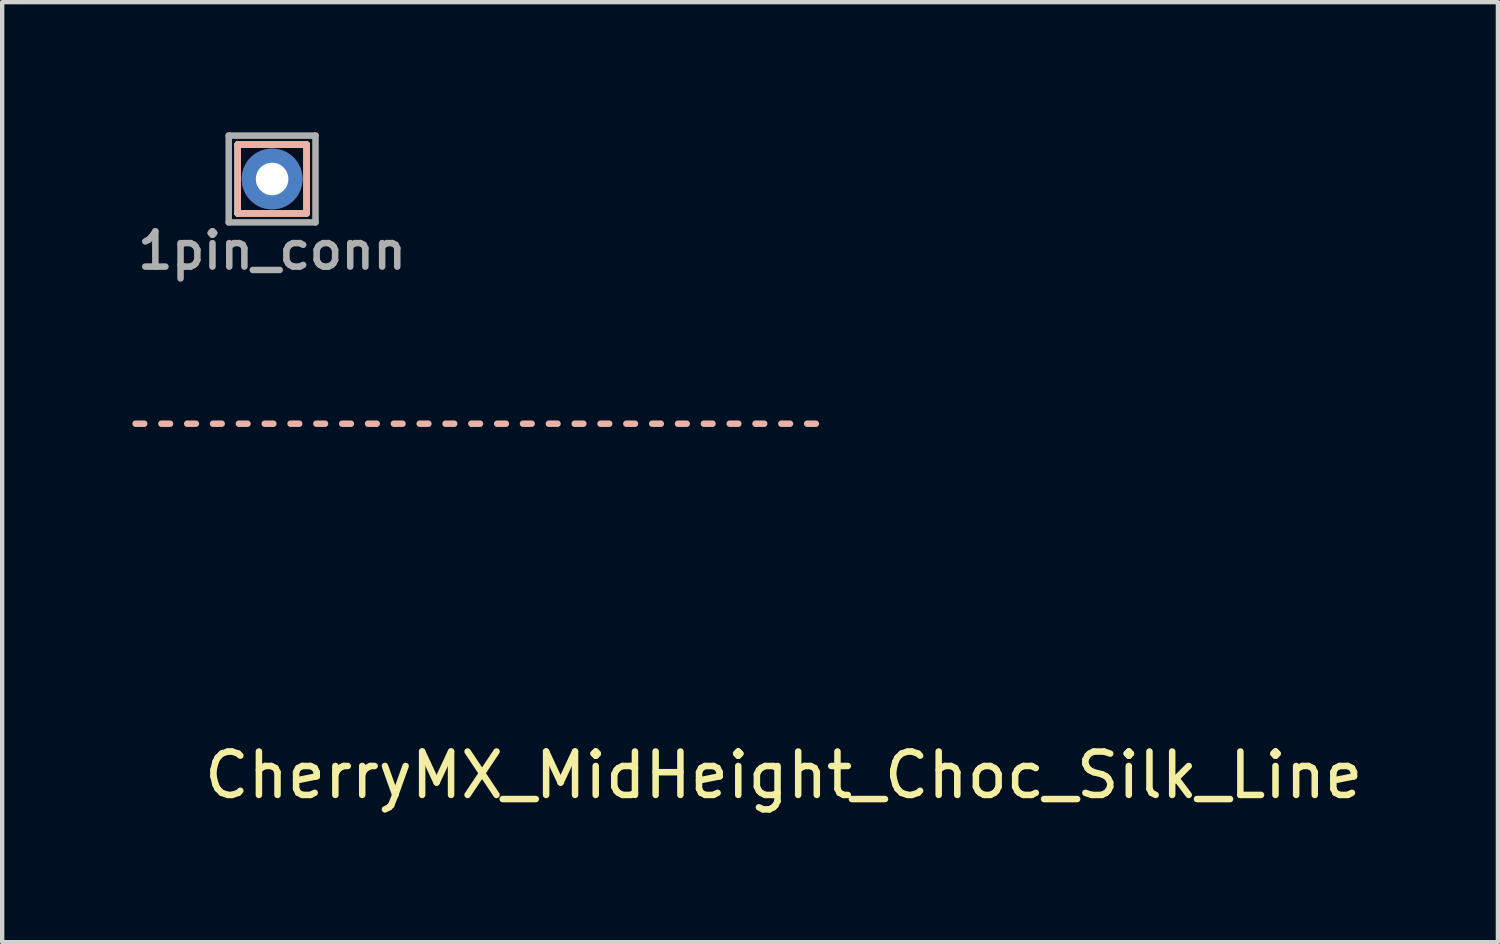
<source format=kicad_pcb>
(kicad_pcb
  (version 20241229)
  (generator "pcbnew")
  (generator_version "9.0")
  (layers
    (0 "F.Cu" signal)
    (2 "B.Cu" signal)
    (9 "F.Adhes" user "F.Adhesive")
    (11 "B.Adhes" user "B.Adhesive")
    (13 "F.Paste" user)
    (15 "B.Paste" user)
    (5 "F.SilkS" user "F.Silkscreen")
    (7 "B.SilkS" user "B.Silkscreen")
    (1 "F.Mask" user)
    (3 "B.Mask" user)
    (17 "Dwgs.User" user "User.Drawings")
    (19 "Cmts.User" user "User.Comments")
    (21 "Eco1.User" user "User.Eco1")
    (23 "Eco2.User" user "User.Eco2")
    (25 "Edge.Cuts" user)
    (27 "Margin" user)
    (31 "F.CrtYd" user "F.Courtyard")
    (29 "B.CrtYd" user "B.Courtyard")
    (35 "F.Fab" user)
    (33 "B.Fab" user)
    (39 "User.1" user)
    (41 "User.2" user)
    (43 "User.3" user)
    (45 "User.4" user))
  (footprint "1pin_conn"
    (layer "F.Cu")
    (at 3.221 1.075)
    (property "Reference" "1pin_conn" (at 0 1.651 0) (layer "F.Fab") (effects (font (size 0.813 0.813) (thickness 0.15))))
    (attr through_hole)
    (fp_line (start -0.794 -0.794) (end 0.794 -0.794) (stroke (width 0.15) (type solid)) (layer "F.SilkS"))
    (fp_line (start -0.794 0.794) (end -0.794 -0.794) (stroke (width 0.15) (type solid)) (layer "F.SilkS"))
    (fp_line (start 0.794 -0.794) (end 0.794 0.794) (stroke (width 0.15) (type solid)) (layer "F.SilkS"))
    (fp_line (start 0.794 0.794) (end -0.794 0.794) (stroke (width 0.15) (type solid)) (layer "F.SilkS"))
    (fp_line (start -0.794 -0.794) (end -0.794 0.794) (stroke (width 0.15) (type solid)) (layer "B.SilkS"))
    (fp_line (start -0.794 0.794) (end 0.794 0.794) (stroke (width 0.15) (type solid)) (layer "B.SilkS"))
    (fp_line (start 0.794 -0.794) (end -0.794 -0.794) (stroke (width 0.15) (type solid)) (layer "B.SilkS"))
    (fp_line (start 0.794 0.794) (end 0.794 -0.794) (stroke (width 0.15) (type solid)) (layer "B.SilkS"))
    (fp_line (start -1 -1) (end -1 1) (stroke (width 0.15) (type solid)) (layer "F.Fab"))
    (fp_line (start -1 1) (end 1 1) (stroke (width 0.15) (type solid)) (layer "F.Fab"))
    (fp_line (start 1 -1) (end -1 -1) (stroke (width 0.15) (type solid)) (layer "F.Fab"))
    (fp_line (start 1 1) (end 1 -1) (stroke (width 0.15) (type solid)) (layer "F.Fab"))
    (pad "1" thru_hole circle (at 0 0) (size 1.4 1.4) (drill 0.75) (layers "*.Cu" "*.Mask")))
  (footprint "CherryMX_MidHeight_Choc_Silk_Line"
    (layer "F.Cu")
    (at 8.012 6.715)
    (property "Reference" "CherryMX_MidHeight_Choc_Silk_Line" (at 7 8.1 0) (layer "F.SilkS") (effects (font (size 1 1) (thickness 0.15))))
    (attr through_hole)
    (fp_line (start -7.937 -0.000014) (end -7.739 -0.000014) (stroke (width 0.15) (type solid)) (layer "B.SilkS"))
    (fp_line (start -7.342 -0.000014) (end -7.144 -0.000014) (stroke (width 0.15) (type solid)) (layer "B.SilkS"))
    (fp_line (start -6.747 -0.000014) (end -6.548 -0.000014) (stroke (width 0.15) (type solid)) (layer "B.SilkS"))
    (fp_line (start -6.151 -0.000014) (end -5.953 -0.000014) (stroke (width 0.15) (type solid)) (layer "B.SilkS"))
    (fp_line (start -5.556 -0.000014) (end -5.358 -0.000014) (stroke (width 0.15) (type solid)) (layer "B.SilkS"))
    (fp_line (start -4.961 -0.000014) (end -4.762 -0.000014) (stroke (width 0.15) (type solid)) (layer "B.SilkS"))
    (fp_line (start -4.365 -0.000014) (end -4.167 -0.000014) (stroke (width 0.15) (type solid)) (layer "B.SilkS"))
    (fp_line (start -3.77 -0.000014) (end -3.572 -0.000014) (stroke (width 0.15) (type solid)) (layer "B.SilkS"))
    (fp_line (start -3.175 -0.000014) (end -2.976 -0.000014) (stroke (width 0.15) (type solid)) (layer "B.SilkS"))
    (fp_line (start -2.579 -0.000014) (end -2.381 -0.000014) (stroke (width 0.15) (type solid)) (layer "B.SilkS"))
    (fp_line (start -1.984 -0.000014) (end -1.786 -0.000014) (stroke (width 0.15) (type solid)) (layer "B.SilkS"))
    (fp_line (start -1.389 -0.000014) (end -1.19 -0.000014) (stroke (width 0.15) (type solid)) (layer "B.SilkS"))
    (fp_line (start -0.794 -0.000014) (end -0.595 -0.000014) (stroke (width 0.15) (type solid)) (layer "B.SilkS"))
    (fp_line (start -0.198 -0.000014) (end 0.000247 -0.000014) (stroke (width 0.15) (type solid)) (layer "B.SilkS"))
    (fp_line (start 0.397 -0.000014) (end 0.596 -0.000014) (stroke (width 0.15) (type solid)) (layer "B.SilkS"))
    (fp_line (start 0.992 -0.000014) (end 1.191 -0.000014) (stroke (width 0.15) (type solid)) (layer "B.SilkS"))
    (fp_line (start 1.588 -0.000014) (end 1.786 -0.000014) (stroke (width 0.15) (type solid)) (layer "B.SilkS"))
    (fp_line (start 2.183 -0.000014) (end 2.382 -0.000014) (stroke (width 0.15) (type solid)) (layer "B.SilkS"))
    (fp_line (start 2.778 -0.000014) (end 2.977 -0.000014) (stroke (width 0.15) (type solid)) (layer "B.SilkS"))
    (fp_line (start 3.374 -0.000014) (end 3.572 -0.000014) (stroke (width 0.15) (type solid)) (layer "B.SilkS"))
    (fp_line (start 3.969 -0.000014) (end 4.167 -0.000014) (stroke (width 0.15) (type solid)) (layer "B.SilkS"))
    (fp_line (start 4.564 -0.000014) (end 4.763 -0.000014) (stroke (width 0.15) (type solid)) (layer "B.SilkS"))
    (fp_line (start 5.16 -0.000014) (end 5.358 -0.000014) (stroke (width 0.15) (type solid)) (layer "B.SilkS"))
    (fp_line (start 5.755 -0.000014) (end 5.953 -0.000014) (stroke (width 0.15) (type solid)) (layer "B.SilkS"))
    (fp_line (start 6.35 -0.000014) (end 6.549 -0.000014) (stroke (width 0.15) (type solid)) (layer "B.SilkS"))
    (fp_line (start 6.946 -0.000014) (end 7.144 -0.000014) (stroke (width 0.15) (type solid)) (layer "B.SilkS"))
    (fp_line (start 7.541 -0.000014) (end 7.739 -0.000014) (stroke (width 0.15) (type solid)) (layer "B.SilkS")))
  (gr_rect
    (start -3 -3)
    (end 31.471 18.663)
    (stroke (width 0.1) (type default))
    (fill no)
    (layer "Edge.Cuts")))
</source>
